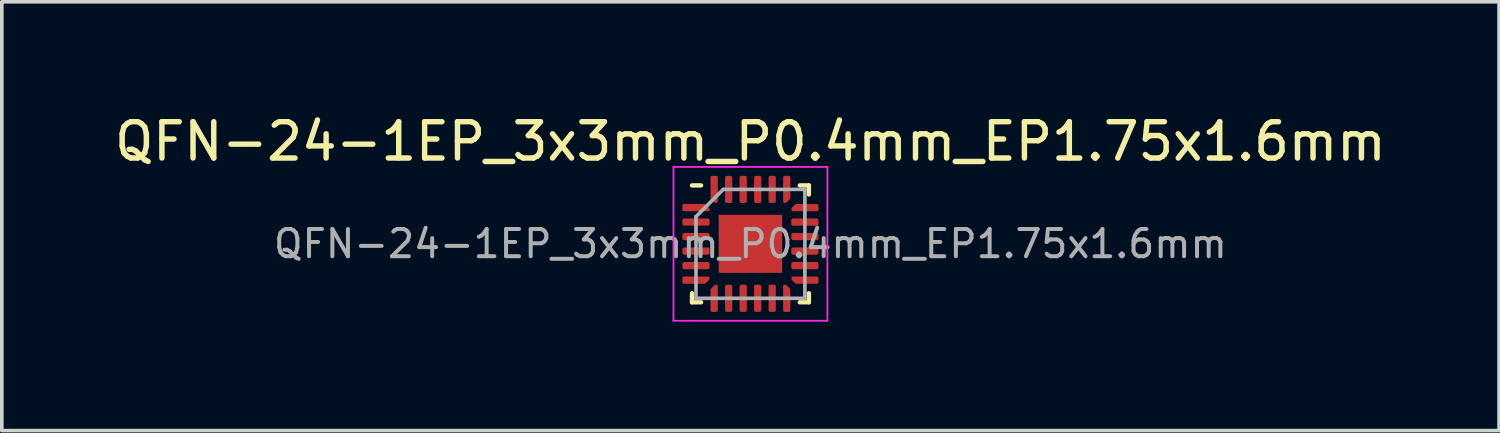
<source format=kicad_pcb>
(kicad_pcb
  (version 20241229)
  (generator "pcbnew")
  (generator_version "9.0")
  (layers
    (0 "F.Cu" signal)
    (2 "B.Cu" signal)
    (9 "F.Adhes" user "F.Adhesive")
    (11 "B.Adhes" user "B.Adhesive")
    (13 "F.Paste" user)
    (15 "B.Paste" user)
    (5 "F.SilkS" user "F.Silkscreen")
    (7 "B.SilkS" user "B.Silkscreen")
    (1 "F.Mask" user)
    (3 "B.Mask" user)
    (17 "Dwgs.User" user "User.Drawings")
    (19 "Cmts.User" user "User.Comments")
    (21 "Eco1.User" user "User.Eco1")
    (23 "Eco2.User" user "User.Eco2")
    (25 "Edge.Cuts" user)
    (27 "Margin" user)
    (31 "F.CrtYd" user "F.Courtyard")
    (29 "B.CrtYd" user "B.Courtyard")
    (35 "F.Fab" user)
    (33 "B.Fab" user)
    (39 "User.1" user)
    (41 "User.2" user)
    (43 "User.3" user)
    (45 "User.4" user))
  (footprint "QFN-24-1EP_3x3mm_P0.4mm_EP1.75x1.6mm"
    (layer "F.Cu")
    (at 17.625 3.668)
    (property "Reference" "QFN-24-1EP_3x3mm_P0.4mm_EP1.75x1.6mm" (at 0 -2.82 0) (layer "F.SilkS") (effects (font (size 1 1) (thickness 0.15))))
    (attr smd)
    (fp_line (start -1.61 1.61) (end -1.61 1.36) (stroke (width 0.12) (type solid)) (layer "F.SilkS"))
    (fp_line (start -1.36 -1.61) (end -1.61 -1.61) (stroke (width 0.12) (type solid)) (layer "F.SilkS"))
    (fp_line (start -1.36 1.61) (end -1.61 1.61) (stroke (width 0.12) (type solid)) (layer "F.SilkS"))
    (fp_line (start 1.36 -1.61) (end 1.61 -1.61) (stroke (width 0.12) (type solid)) (layer "F.SilkS"))
    (fp_line (start 1.36 1.61) (end 1.61 1.61) (stroke (width 0.12) (type solid)) (layer "F.SilkS"))
    (fp_line (start 1.61 -1.61) (end 1.61 -1.36) (stroke (width 0.12) (type solid)) (layer "F.SilkS"))
    (fp_line (start 1.61 1.61) (end 1.61 1.36) (stroke (width 0.12) (type solid)) (layer "F.SilkS"))
    (fp_line (start -2.12 -2.12) (end -2.12 2.12) (stroke (width 0.05) (type solid)) (layer "F.CrtYd"))
    (fp_line (start -2.12 2.12) (end 2.12 2.12) (stroke (width 0.05) (type solid)) (layer "F.CrtYd"))
    (fp_line (start 2.12 -2.12) (end -2.12 -2.12) (stroke (width 0.05) (type solid)) (layer "F.CrtYd"))
    (fp_line (start 2.12 2.12) (end 2.12 -2.12) (stroke (width 0.05) (type solid)) (layer "F.CrtYd"))
    (fp_line (start -1.5 -0.75) (end -0.75 -1.5) (stroke (width 0.1) (type solid)) (layer "F.Fab"))
    (fp_line (start -1.5 1.5) (end -1.5 -0.75) (stroke (width 0.1) (type solid)) (layer "F.Fab"))
    (fp_line (start -0.75 -1.5) (end 1.5 -1.5) (stroke (width 0.1) (type solid)) (layer "F.Fab"))
    (fp_line (start 1.5 -1.5) (end 1.5 1.5) (stroke (width 0.1) (type solid)) (layer "F.Fab"))
    (fp_line (start 1.5 1.5) (end -1.5 1.5) (stroke (width 0.1) (type solid)) (layer "F.Fab"))
    (fp_text user "${REFERENCE}" (at 0 0 0) (layer "F.Fab") (effects (font (size 0.75 0.75) (thickness 0.11))))
    (pad "" smd roundrect (at -0.44 -0.4) (size 0.71 0.64) (layers "F.Paste") (roundrect_rratio 0.25))
    (pad "" smd roundrect (at -0.44 0.4) (size 0.71 0.64) (layers "F.Paste") (roundrect_rratio 0.25))
    (pad "" smd roundrect (at 0.44 -0.4) (size 0.71 0.64) (layers "F.Paste") (roundrect_rratio 0.25))
    (pad "" smd roundrect (at 0.44 0.4) (size 0.71 0.64) (layers "F.Paste") (roundrect_rratio 0.25))
    (pad "1" smd custom (at -1.5 -1) (size 0.115 0.115) (layers "F.Cu" "F.Mask" "F.Paste") (options (anchor circle)) (primitives (gr_poly (pts (xy -0.335 -0.06) (xy 0.238 -0.06) (xy 0.335 0.037) (xy 0.335 0.06) (xy -0.335 0.06)) (width 0.08) (fill yes))))
    (pad "2" smd roundrect (at -1.5 -0.6) (size 0.75 0.2) (layers "F.Cu" "F.Mask" "F.Paste") (roundrect_rratio 0.25))
    (pad "3" smd roundrect (at -1.5 -0.2) (size 0.75 0.2) (layers "F.Cu" "F.Mask" "F.Paste") (roundrect_rratio 0.25))
    (pad "4" smd roundrect (at -1.5 0.2) (size 0.75 0.2) (layers "F.Cu" "F.Mask" "F.Paste") (roundrect_rratio 0.25))
    (pad "5" smd roundrect (at -1.5 0.6) (size 0.75 0.2) (layers "F.Cu" "F.Mask" "F.Paste") (roundrect_rratio 0.25))
    (pad "6" smd custom (at -1.5 1) (size 0.115 0.115) (layers "F.Cu" "F.Mask" "F.Paste") (options (anchor circle)) (primitives (gr_poly (pts (xy -0.335 -0.06) (xy 0.335 -0.06) (xy 0.335 -0.037) (xy 0.238 0.06) (xy -0.335 0.06)) (width 0.08) (fill yes))))
    (pad "7" smd custom (at -1 1.5) (size 0.115 0.115) (layers "F.Cu" "F.Mask" "F.Paste") (options (anchor circle)) (primitives (gr_poly (pts (xy -0.06 -0.238) (xy 0.037 -0.335) (xy 0.06 -0.335) (xy 0.06 0.335) (xy -0.06 0.335)) (width 0.08) (fill yes))))
    (pad "8" smd roundrect (at -0.6 1.5) (size 0.2 0.75) (layers "F.Cu" "F.Mask" "F.Paste") (roundrect_rratio 0.25))
    (pad "9" smd roundrect (at -0.2 1.5) (size 0.2 0.75) (layers "F.Cu" "F.Mask" "F.Paste") (roundrect_rratio 0.25))
    (pad "10" smd roundrect (at 0.2 1.5) (size 0.2 0.75) (layers "F.Cu" "F.Mask" "F.Paste") (roundrect_rratio 0.25))
    (pad "11" smd roundrect (at 0.6 1.5) (size 0.2 0.75) (layers "F.Cu" "F.Mask" "F.Paste") (roundrect_rratio 0.25))
    (pad "12" smd custom (at 1 1.5) (size 0.115 0.115) (layers "F.Cu" "F.Mask" "F.Paste") (options (anchor circle)) (primitives (gr_poly (pts (xy -0.06 -0.335) (xy -0.037 -0.335) (xy 0.06 -0.238) (xy 0.06 0.335) (xy -0.06 0.335)) (width 0.08) (fill yes))))
    (pad "13" smd custom (at 1.5 1) (size 0.115 0.115) (layers "F.Cu" "F.Mask" "F.Paste") (options (anchor circle)) (primitives (gr_poly (pts (xy -0.335 -0.06) (xy 0.335 -0.06) (xy 0.335 0.06) (xy -0.238 0.06) (xy -0.335 -0.037)) (width 0.08) (fill yes))))
    (pad "14" smd roundrect (at 1.5 0.6) (size 0.75 0.2) (layers "F.Cu" "F.Mask" "F.Paste") (roundrect_rratio 0.25))
    (pad "15" smd roundrect (at 1.5 0.2) (size 0.75 0.2) (layers "F.Cu" "F.Mask" "F.Paste") (roundrect_rratio 0.25))
    (pad "16" smd roundrect (at 1.5 -0.2) (size 0.75 0.2) (layers "F.Cu" "F.Mask" "F.Paste") (roundrect_rratio 0.25))
    (pad "17" smd roundrect (at 1.5 -0.6) (size 0.75 0.2) (layers "F.Cu" "F.Mask" "F.Paste") (roundrect_rratio 0.25))
    (pad "18" smd custom (at 1.5 -1) (size 0.115 0.115) (layers "F.Cu" "F.Mask" "F.Paste") (options (anchor circle)) (primitives (gr_poly (pts (xy -0.335 0.037) (xy -0.238 -0.06) (xy 0.335 -0.06) (xy 0.335 0.06) (xy -0.335 0.06)) (width 0.08) (fill yes))))
    (pad "19" smd custom (at 1 -1.5) (size 0.115 0.115) (layers "F.Cu" "F.Mask" "F.Paste") (options (anchor circle)) (primitives (gr_poly (pts (xy -0.06 -0.335) (xy 0.06 -0.335) (xy 0.06 0.238) (xy -0.037 0.335) (xy -0.06 0.335)) (width 0.08) (fill yes))))
    (pad "20" smd roundrect (at 0.6 -1.5) (size 0.2 0.75) (layers "F.Cu" "F.Mask" "F.Paste") (roundrect_rratio 0.25))
    (pad "21" smd roundrect (at 0.2 -1.5) (size 0.2 0.75) (layers "F.Cu" "F.Mask" "F.Paste") (roundrect_rratio 0.25))
    (pad "22" smd roundrect (at -0.2 -1.5) (size 0.2 0.75) (layers "F.Cu" "F.Mask" "F.Paste") (roundrect_rratio 0.25))
    (pad "23" smd roundrect (at -0.6 -1.5) (size 0.2 0.75) (layers "F.Cu" "F.Mask" "F.Paste") (roundrect_rratio 0.25))
    (pad "24" smd custom (at -1 -1.5) (size 0.115 0.115) (layers "F.Cu" "F.Mask" "F.Paste") (options (anchor circle)) (primitives (gr_poly (pts (xy -0.06 -0.335) (xy 0.06 -0.335) (xy 0.06 0.335) (xy 0.037 0.335) (xy -0.06 0.238)) (width 0.08) (fill yes))))
    (pad "25" smd rect (at 0 0) (size 1.75 1.6) (layers "F.Cu" "F.Mask")))
  (gr_rect
    (start -3 -3)
    (end 38.25 8.813)
    (stroke (width 0.1) (type default))
    (fill no)
    (layer "Edge.Cuts")))
</source>
